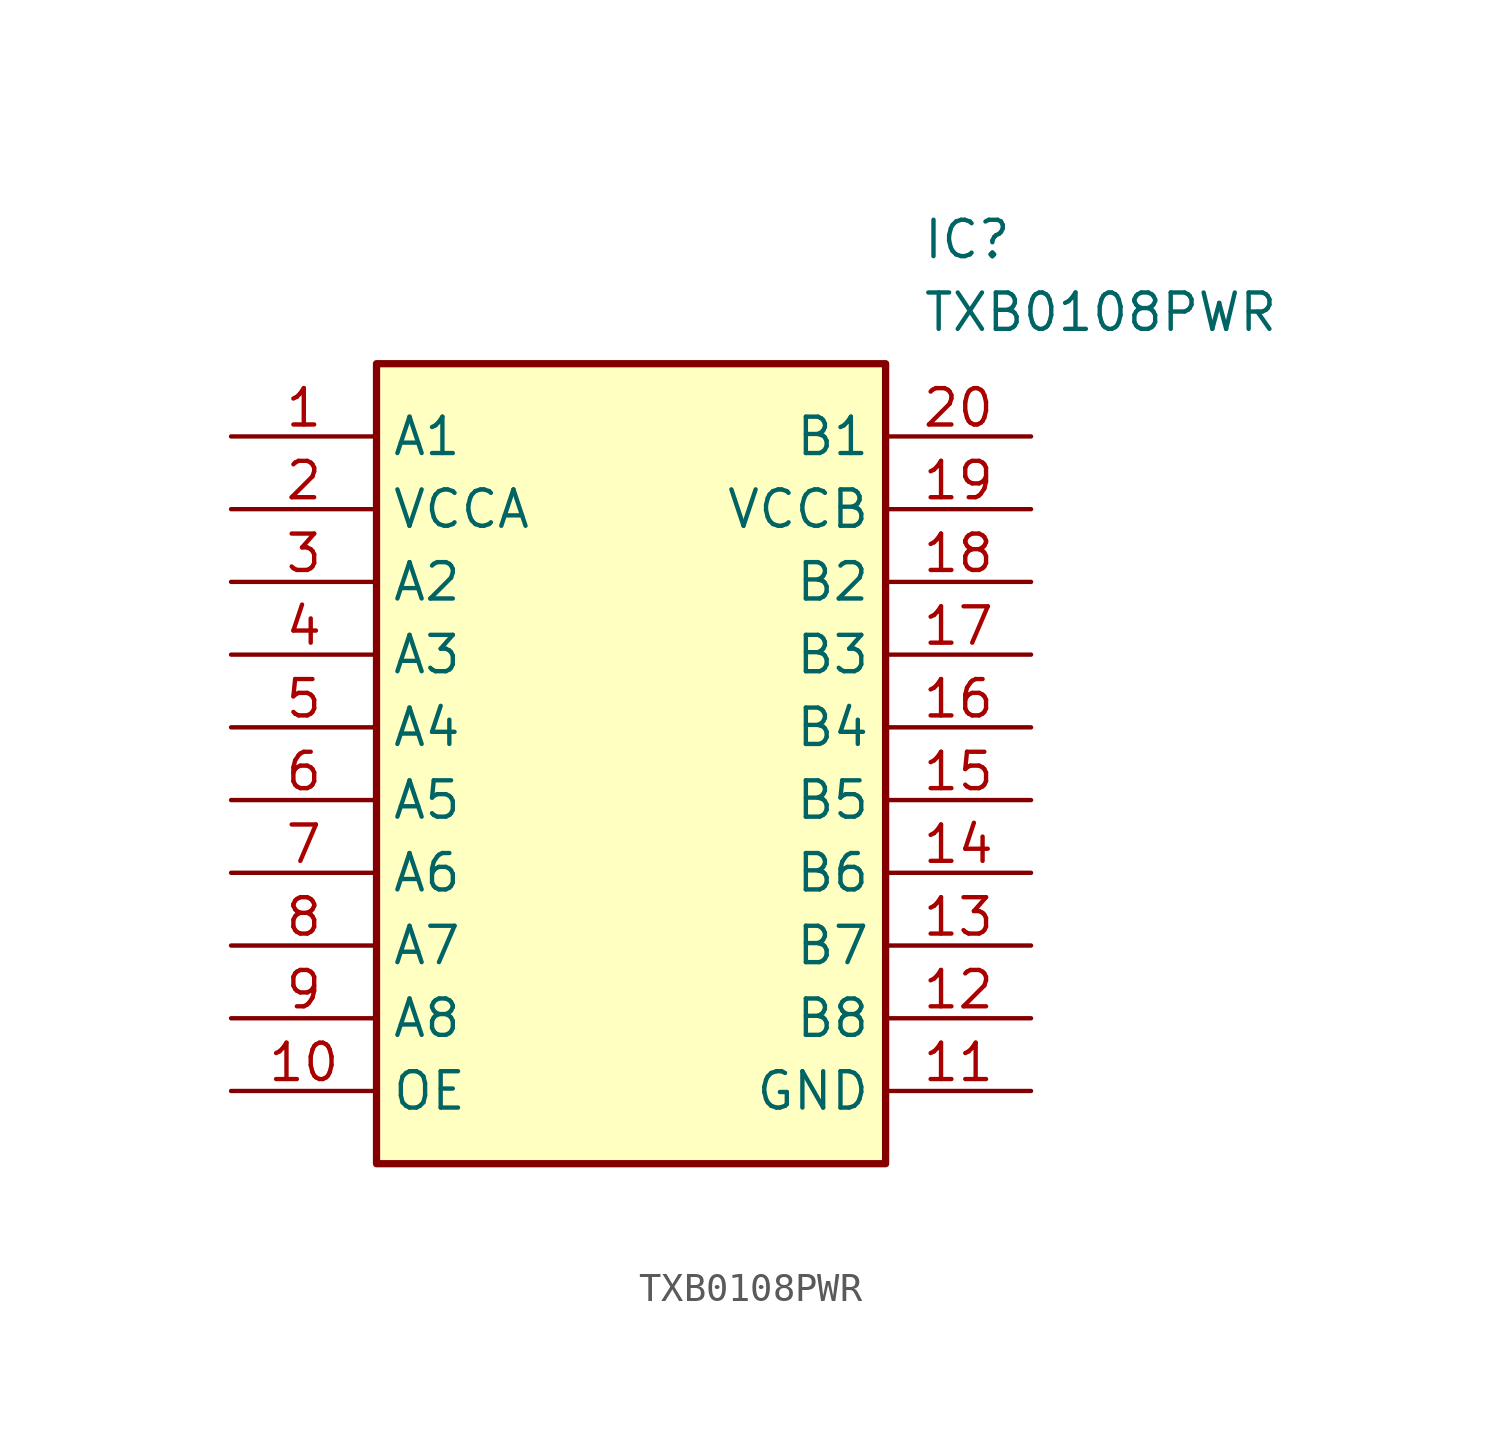
<source format=kicad_sym>
(kicad_symbol_lib
  (version 20211014)
  (generator SamacSys_ECAD_Model)
  (symbol "TXB0108PWR"
    (property "Reference" "IC"
      (at 24.13 7.62 0)
      (effects (font (size 1.27 1.27)) (justify left top)))
    (property "Value" "TXB0108PWR"
      (at 24.13 5.08 0)
      (effects (font (size 1.27 1.27)) (justify left top)))
    (rectangle
      (start 5.08 2.54)
      (end 22.86 -25.4)
      (stroke (width 0.254) (type default))
      (fill (type background)))
    (pin passive line
      (at 0 0 0)
      (length 5.08)
      (name "A1" (effects (font (size 1.27 1.27))))
      (number "1" (effects (font (size 1.27 1.27)))))
    (pin passive line
      (at 0 -2.54 0)
      (length 5.08)
      (name "VCCA" (effects (font (size 1.27 1.27))))
      (number "2" (effects (font (size 1.27 1.27)))))
    (pin passive line
      (at 0 -5.08 0)
      (length 5.08)
      (name "A2" (effects (font (size 1.27 1.27))))
      (number "3" (effects (font (size 1.27 1.27)))))
    (pin passive line
      (at 0 -7.62 0)
      (length 5.08)
      (name "A3" (effects (font (size 1.27 1.27))))
      (number "4" (effects (font (size 1.27 1.27)))))
    (pin passive line
      (at 0 -10.16 0)
      (length 5.08)
      (name "A4" (effects (font (size 1.27 1.27))))
      (number "5" (effects (font (size 1.27 1.27)))))
    (pin passive line
      (at 0 -12.7 0)
      (length 5.08)
      (name "A5" (effects (font (size 1.27 1.27))))
      (number "6" (effects (font (size 1.27 1.27)))))
    (pin passive line
      (at 0 -15.24 0)
      (length 5.08)
      (name "A6" (effects (font (size 1.27 1.27))))
      (number "7" (effects (font (size 1.27 1.27)))))
    (pin passive line
      (at 0 -17.78 0)
      (length 5.08)
      (name "A7" (effects (font (size 1.27 1.27))))
      (number "8" (effects (font (size 1.27 1.27)))))
    (pin passive line
      (at 0 -20.32 0)
      (length 5.08)
      (name "A8" (effects (font (size 1.27 1.27))))
      (number "9" (effects (font (size 1.27 1.27)))))
    (pin passive line
      (at 0 -22.86 0)
      (length 5.08)
      (name "OE" (effects (font (size 1.27 1.27))))
      (number "10" (effects (font (size 1.27 1.27)))))
    (pin passive line
      (at 27.94 0 180)
      (length 5.08)
      (name "B1" (effects (font (size 1.27 1.27))))
      (number "20" (effects (font (size 1.27 1.27)))))
    (pin passive line
      (at 27.94 -2.54 180)
      (length 5.08)
      (name "VCCB" (effects (font (size 1.27 1.27))))
      (number "19" (effects (font (size 1.27 1.27)))))
    (pin passive line
      (at 27.94 -5.08 180)
      (length 5.08)
      (name "B2" (effects (font (size 1.27 1.27))))
      (number "18" (effects (font (size 1.27 1.27)))))
    (pin passive line
      (at 27.94 -7.62 180)
      (length 5.08)
      (name "B3" (effects (font (size 1.27 1.27))))
      (number "17" (effects (font (size 1.27 1.27)))))
    (pin passive line
      (at 27.94 -10.16 180)
      (length 5.08)
      (name "B4" (effects (font (size 1.27 1.27))))
      (number "16" (effects (font (size 1.27 1.27)))))
    (pin passive line
      (at 27.94 -12.7 180)
      (length 5.08)
      (name "B5" (effects (font (size 1.27 1.27))))
      (number "15" (effects (font (size 1.27 1.27)))))
    (pin passive line
      (at 27.94 -15.24 180)
      (length 5.08)
      (name "B6" (effects (font (size 1.27 1.27))))
      (number "14" (effects (font (size 1.27 1.27)))))
    (pin passive line
      (at 27.94 -17.78 180)
      (length 5.08)
      (name "B7" (effects (font (size 1.27 1.27))))
      (number "13" (effects (font (size 1.27 1.27)))))
    (pin passive line
      (at 27.94 -20.32 180)
      (length 5.08)
      (name "B8" (effects (font (size 1.27 1.27))))
      (number "12" (effects (font (size 1.27 1.27)))))
    (pin passive line
      (at 27.94 -22.86 180)
      (length 5.08)
      (name "GND" (effects (font (size 1.27 1.27))))
      (number "11" (effects (font (size 1.27 1.27)))))))
</source>
